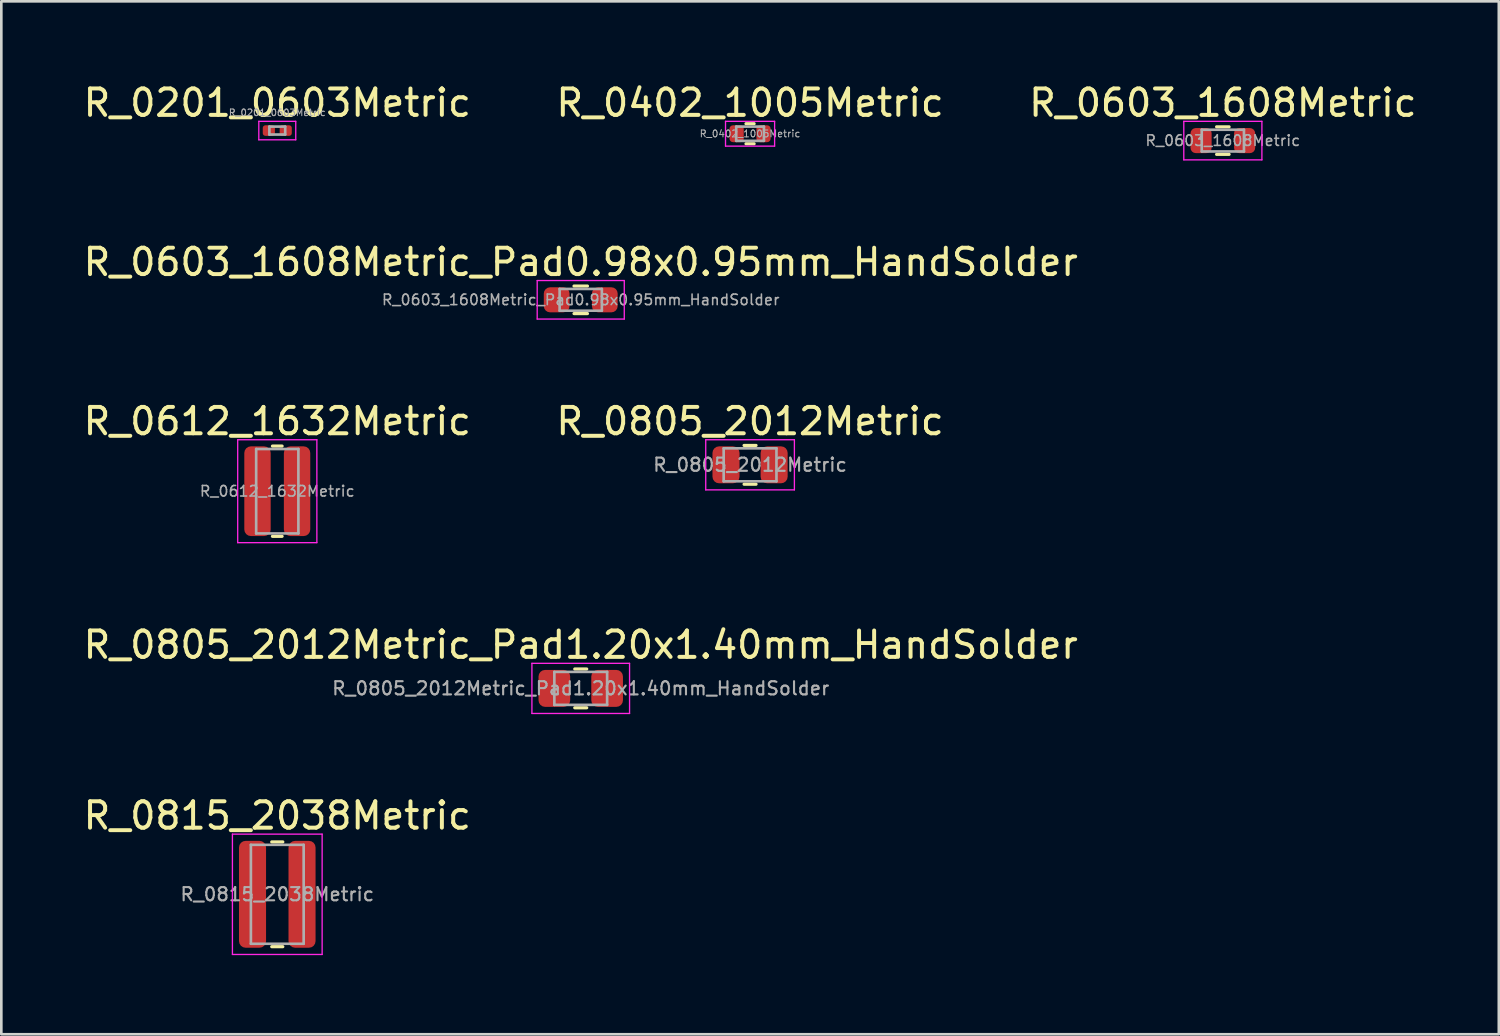
<source format=kicad_pcb>
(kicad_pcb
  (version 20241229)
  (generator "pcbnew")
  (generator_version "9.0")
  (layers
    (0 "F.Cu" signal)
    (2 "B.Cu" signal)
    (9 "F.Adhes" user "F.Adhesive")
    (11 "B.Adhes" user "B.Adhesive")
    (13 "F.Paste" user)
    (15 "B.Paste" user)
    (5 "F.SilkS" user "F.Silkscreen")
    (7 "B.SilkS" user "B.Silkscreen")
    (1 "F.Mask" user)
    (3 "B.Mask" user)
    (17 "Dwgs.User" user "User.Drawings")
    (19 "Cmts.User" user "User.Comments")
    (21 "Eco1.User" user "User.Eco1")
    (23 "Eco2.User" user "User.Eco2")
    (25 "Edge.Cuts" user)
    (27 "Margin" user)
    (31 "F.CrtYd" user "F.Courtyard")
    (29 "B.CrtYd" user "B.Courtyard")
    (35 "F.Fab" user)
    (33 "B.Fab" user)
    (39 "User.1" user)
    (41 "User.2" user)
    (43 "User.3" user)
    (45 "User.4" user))
  (footprint "R_0805_2012Metric"
    (layer "F.Cu")
    (at 25.375 14.565)
    (property "Reference" "R_0805_2012Metric" (at 0 -1.65 0) (layer "F.SilkS") (effects (font (size 1 1) (thickness 0.15))))
    (attr smd)
    (fp_line (start -0.227 -0.735) (end 0.227 -0.735) (stroke (width 0.12) (type solid)) (layer "F.SilkS"))
    (fp_line (start -0.227 0.735) (end 0.227 0.735) (stroke (width 0.12) (type solid)) (layer "F.SilkS"))
    (fp_line (start -1.68 -0.95) (end 1.68 -0.95) (stroke (width 0.05) (type solid)) (layer "F.CrtYd"))
    (fp_line (start -1.68 0.95) (end -1.68 -0.95) (stroke (width 0.05) (type solid)) (layer "F.CrtYd"))
    (fp_line (start 1.68 -0.95) (end 1.68 0.95) (stroke (width 0.05) (type solid)) (layer "F.CrtYd"))
    (fp_line (start 1.68 0.95) (end -1.68 0.95) (stroke (width 0.05) (type solid)) (layer "F.CrtYd"))
    (fp_line (start -1 -0.625) (end 1 -0.625) (stroke (width 0.1) (type solid)) (layer "F.Fab"))
    (fp_line (start -1 0.625) (end -1 -0.625) (stroke (width 0.1) (type solid)) (layer "F.Fab"))
    (fp_line (start 1 -0.625) (end 1 0.625) (stroke (width 0.1) (type solid)) (layer "F.Fab"))
    (fp_line (start 1 0.625) (end -1 0.625) (stroke (width 0.1) (type solid)) (layer "F.Fab"))
    (fp_text user "${REFERENCE}" (at 0 0 0) (layer "F.Fab") (effects (font (size 0.5 0.5) (thickness 0.08))))
    (pad "1" smd roundrect (at -0.912 0) (size 1.025 1.4) (layers "F.Cu" "F.Mask" "F.Paste") (roundrect_rratio 0.244))
    (pad "2" smd roundrect (at 0.912 0) (size 1.025 1.4) (layers "F.Cu" "F.Mask" "F.Paste") (roundrect_rratio 0.244)))
  (footprint "R_0603_1608Metric_Pad0.98x0.95mm_HandSolder"
    (layer "F.Cu")
    (at 18.958 8.312)
    (property "Reference" "R_0603_1608Metric_Pad0.98x0.95mm_HandSolder" (at 0 -1.43 0) (layer "F.SilkS") (effects (font (size 1 1) (thickness 0.15))))
    (attr smd)
    (fp_line (start -0.255 -0.522) (end 0.255 -0.522) (stroke (width 0.12) (type solid)) (layer "F.SilkS"))
    (fp_line (start -0.255 0.522) (end 0.255 0.522) (stroke (width 0.12) (type solid)) (layer "F.SilkS"))
    (fp_line (start -1.65 -0.73) (end 1.65 -0.73) (stroke (width 0.05) (type solid)) (layer "F.CrtYd"))
    (fp_line (start -1.65 0.73) (end -1.65 -0.73) (stroke (width 0.05) (type solid)) (layer "F.CrtYd"))
    (fp_line (start 1.65 -0.73) (end 1.65 0.73) (stroke (width 0.05) (type solid)) (layer "F.CrtYd"))
    (fp_line (start 1.65 0.73) (end -1.65 0.73) (stroke (width 0.05) (type solid)) (layer "F.CrtYd"))
    (fp_line (start -0.8 -0.412) (end 0.8 -0.412) (stroke (width 0.1) (type solid)) (layer "F.Fab"))
    (fp_line (start -0.8 0.412) (end -0.8 -0.412) (stroke (width 0.1) (type solid)) (layer "F.Fab"))
    (fp_line (start 0.8 -0.412) (end 0.8 0.412) (stroke (width 0.1) (type solid)) (layer "F.Fab"))
    (fp_line (start 0.8 0.412) (end -0.8 0.412) (stroke (width 0.1) (type solid)) (layer "F.Fab"))
    (fp_text user "${REFERENCE}" (at 0 0 0) (layer "F.Fab") (effects (font (size 0.4 0.4) (thickness 0.06))))
    (pad "1" smd roundrect (at -0.912 0) (size 0.975 0.95) (layers "F.Cu" "F.Mask" "F.Paste") (roundrect_rratio 0.25))
    (pad "2" smd roundrect (at 0.912 0) (size 0.975 0.95) (layers "F.Cu" "F.Mask" "F.Paste") (roundrect_rratio 0.25)))
  (footprint "R_0603_1608Metric"
    (layer "F.Cu")
    (at 43.292 2.278)
    (property "Reference" "R_0603_1608Metric" (at 0 -1.43 0) (layer "F.SilkS") (effects (font (size 1 1) (thickness 0.15))))
    (attr smd)
    (fp_line (start -0.237 -0.522) (end 0.237 -0.522) (stroke (width 0.12) (type solid)) (layer "F.SilkS"))
    (fp_line (start -0.237 0.522) (end 0.237 0.522) (stroke (width 0.12) (type solid)) (layer "F.SilkS"))
    (fp_line (start -1.48 -0.73) (end 1.48 -0.73) (stroke (width 0.05) (type solid)) (layer "F.CrtYd"))
    (fp_line (start -1.48 0.73) (end -1.48 -0.73) (stroke (width 0.05) (type solid)) (layer "F.CrtYd"))
    (fp_line (start 1.48 -0.73) (end 1.48 0.73) (stroke (width 0.05) (type solid)) (layer "F.CrtYd"))
    (fp_line (start 1.48 0.73) (end -1.48 0.73) (stroke (width 0.05) (type solid)) (layer "F.CrtYd"))
    (fp_line (start -0.8 -0.412) (end 0.8 -0.412) (stroke (width 0.1) (type solid)) (layer "F.Fab"))
    (fp_line (start -0.8 0.412) (end -0.8 -0.412) (stroke (width 0.1) (type solid)) (layer "F.Fab"))
    (fp_line (start 0.8 -0.412) (end 0.8 0.412) (stroke (width 0.1) (type solid)) (layer "F.Fab"))
    (fp_line (start 0.8 0.412) (end -0.8 0.412) (stroke (width 0.1) (type solid)) (layer "F.Fab"))
    (fp_text user "${REFERENCE}" (at 0 0 0) (layer "F.Fab") (effects (font (size 0.4 0.4) (thickness 0.06))))
    (pad "1" smd roundrect (at -0.825 0) (size 0.8 0.95) (layers "F.Cu" "F.Mask" "F.Paste") (roundrect_rratio 0.25))
    (pad "2" smd roundrect (at 0.825 0) (size 0.8 0.95) (layers "F.Cu" "F.Mask" "F.Paste") (roundrect_rratio 0.25)))
  (footprint "R_0201_0603Metric"
    (layer "F.Cu")
    (at 7.458 1.898)
    (property "Reference" "R_0201_0603Metric" (at 0 -1.05 0) (layer "F.SilkS") (effects (font (size 1 1) (thickness 0.15))))
    (attr smd)
    (fp_line (start -0.7 -0.35) (end 0.7 -0.35) (stroke (width 0.05) (type solid)) (layer "F.CrtYd"))
    (fp_line (start -0.7 0.35) (end -0.7 -0.35) (stroke (width 0.05) (type solid)) (layer "F.CrtYd"))
    (fp_line (start 0.7 -0.35) (end 0.7 0.35) (stroke (width 0.05) (type solid)) (layer "F.CrtYd"))
    (fp_line (start 0.7 0.35) (end -0.7 0.35) (stroke (width 0.05) (type solid)) (layer "F.CrtYd"))
    (fp_line (start -0.3 -0.15) (end 0.3 -0.15) (stroke (width 0.1) (type solid)) (layer "F.Fab"))
    (fp_line (start -0.3 0.15) (end -0.3 -0.15) (stroke (width 0.1) (type solid)) (layer "F.Fab"))
    (fp_line (start 0.3 -0.15) (end 0.3 0.15) (stroke (width 0.1) (type solid)) (layer "F.Fab"))
    (fp_line (start 0.3 0.15) (end -0.3 0.15) (stroke (width 0.1) (type solid)) (layer "F.Fab"))
    (fp_text user "${REFERENCE}" (at 0 -0.68 0) (layer "F.Fab") (effects (font (size 0.25 0.25) (thickness 0.04))))
    (pad "" smd roundrect (at -0.345 0) (size 0.318 0.36) (layers "F.Paste") (roundrect_rratio 0.25))
    (pad "" smd roundrect (at 0.345 0) (size 0.318 0.36) (layers "F.Paste") (roundrect_rratio 0.25))
    (pad "1" smd roundrect (at -0.32 0) (size 0.46 0.4) (layers "F.Cu" "F.Mask") (roundrect_rratio 0.25))
    (pad "2" smd roundrect (at 0.32 0) (size 0.46 0.4) (layers "F.Cu" "F.Mask") (roundrect_rratio 0.25)))
  (footprint "R_0402_1005Metric"
    (layer "F.Cu")
    (at 25.375 2.018)
    (property "Reference" "R_0402_1005Metric" (at 0 -1.17 0) (layer "F.SilkS") (effects (font (size 1 1) (thickness 0.15))))
    (attr smd)
    (fp_line (start -0.154 -0.38) (end 0.154 -0.38) (stroke (width 0.12) (type solid)) (layer "F.SilkS"))
    (fp_line (start -0.154 0.38) (end 0.154 0.38) (stroke (width 0.12) (type solid)) (layer "F.SilkS"))
    (fp_line (start -0.93 -0.47) (end 0.93 -0.47) (stroke (width 0.05) (type solid)) (layer "F.CrtYd"))
    (fp_line (start -0.93 0.47) (end -0.93 -0.47) (stroke (width 0.05) (type solid)) (layer "F.CrtYd"))
    (fp_line (start 0.93 -0.47) (end 0.93 0.47) (stroke (width 0.05) (type solid)) (layer "F.CrtYd"))
    (fp_line (start 0.93 0.47) (end -0.93 0.47) (stroke (width 0.05) (type solid)) (layer "F.CrtYd"))
    (fp_line (start -0.525 -0.27) (end 0.525 -0.27) (stroke (width 0.1) (type solid)) (layer "F.Fab"))
    (fp_line (start -0.525 0.27) (end -0.525 -0.27) (stroke (width 0.1) (type solid)) (layer "F.Fab"))
    (fp_line (start 0.525 -0.27) (end 0.525 0.27) (stroke (width 0.1) (type solid)) (layer "F.Fab"))
    (fp_line (start 0.525 0.27) (end -0.525 0.27) (stroke (width 0.1) (type solid)) (layer "F.Fab"))
    (fp_text user "${REFERENCE}" (at 0 0 0) (layer "F.Fab") (effects (font (size 0.26 0.26) (thickness 0.04))))
    (pad "1" smd roundrect (at -0.51 0) (size 0.54 0.64) (layers "F.Cu" "F.Mask" "F.Paste") (roundrect_rratio 0.25))
    (pad "2" smd roundrect (at 0.51 0) (size 0.54 0.64) (layers "F.Cu" "F.Mask" "F.Paste") (roundrect_rratio 0.25)))
  (footprint "R_0805_2012Metric_Pad1.20x1.40mm_HandSolder"
    (layer "F.Cu")
    (at 18.958 23.038)
    (property "Reference" "R_0805_2012Metric_Pad1.20x1.40mm_HandSolder" (at 0 -1.65 0) (layer "F.SilkS") (effects (font (size 1 1) (thickness 0.15))))
    (attr smd)
    (fp_line (start -0.227 -0.735) (end 0.227 -0.735) (stroke (width 0.12) (type solid)) (layer "F.SilkS"))
    (fp_line (start -0.227 0.735) (end 0.227 0.735) (stroke (width 0.12) (type solid)) (layer "F.SilkS"))
    (fp_line (start -1.85 -0.95) (end 1.85 -0.95) (stroke (width 0.05) (type solid)) (layer "F.CrtYd"))
    (fp_line (start -1.85 0.95) (end -1.85 -0.95) (stroke (width 0.05) (type solid)) (layer "F.CrtYd"))
    (fp_line (start 1.85 -0.95) (end 1.85 0.95) (stroke (width 0.05) (type solid)) (layer "F.CrtYd"))
    (fp_line (start 1.85 0.95) (end -1.85 0.95) (stroke (width 0.05) (type solid)) (layer "F.CrtYd"))
    (fp_line (start -1 -0.625) (end 1 -0.625) (stroke (width 0.1) (type solid)) (layer "F.Fab"))
    (fp_line (start -1 0.625) (end -1 -0.625) (stroke (width 0.1) (type solid)) (layer "F.Fab"))
    (fp_line (start 1 -0.625) (end 1 0.625) (stroke (width 0.1) (type solid)) (layer "F.Fab"))
    (fp_line (start 1 0.625) (end -1 0.625) (stroke (width 0.1) (type solid)) (layer "F.Fab"))
    (fp_text user "${REFERENCE}" (at 0 0 0) (layer "F.Fab") (effects (font (size 0.5 0.5) (thickness 0.08))))
    (pad "1" smd roundrect (at -1 0) (size 1.2 1.4) (layers "F.Cu" "F.Mask" "F.Paste") (roundrect_rratio 0.208))
    (pad "2" smd roundrect (at 1 0) (size 1.2 1.4) (layers "F.Cu" "F.Mask" "F.Paste") (roundrect_rratio 0.208)))
  (footprint "R_0612_1632Metric"
    (layer "F.Cu")
    (at 7.458 15.565)
    (property "Reference" "R_0612_1632Metric" (at 0 -2.65 0) (layer "F.SilkS") (effects (font (size 1 1) (thickness 0.15))))
    (attr smd)
    (fp_line (start -0.183 -1.71) (end 0.183 -1.71) (stroke (width 0.12) (type solid)) (layer "F.SilkS"))
    (fp_line (start -0.183 1.71) (end 0.183 1.71) (stroke (width 0.12) (type solid)) (layer "F.SilkS"))
    (fp_line (start -1.5 -1.95) (end 1.5 -1.95) (stroke (width 0.05) (type solid)) (layer "F.CrtYd"))
    (fp_line (start -1.5 1.95) (end -1.5 -1.95) (stroke (width 0.05) (type solid)) (layer "F.CrtYd"))
    (fp_line (start 1.5 -1.95) (end 1.5 1.95) (stroke (width 0.05) (type solid)) (layer "F.CrtYd"))
    (fp_line (start 1.5 1.95) (end -1.5 1.95) (stroke (width 0.05) (type solid)) (layer "F.CrtYd"))
    (fp_line (start -0.8 -1.6) (end 0.8 -1.6) (stroke (width 0.1) (type solid)) (layer "F.Fab"))
    (fp_line (start -0.8 1.6) (end -0.8 -1.6) (stroke (width 0.1) (type solid)) (layer "F.Fab"))
    (fp_line (start 0.8 -1.6) (end 0.8 1.6) (stroke (width 0.1) (type solid)) (layer "F.Fab"))
    (fp_line (start 0.8 1.6) (end -0.8 1.6) (stroke (width 0.1) (type solid)) (layer "F.Fab"))
    (fp_text user "${REFERENCE}" (at 0 0 0) (layer "F.Fab") (effects (font (size 0.4 0.4) (thickness 0.06))))
    (pad "1" smd roundrect (at -0.75 0) (size 1 3.4) (layers "F.Cu" "F.Mask" "F.Paste") (roundrect_rratio 0.25))
    (pad "2" smd roundrect (at 0.75 0) (size 1 3.4) (layers "F.Cu" "F.Mask" "F.Paste") (roundrect_rratio 0.25)))
  (footprint "R_0815_2038Metric"
    (layer "F.Cu")
    (at 7.458 30.841)
    (property "Reference" "R_0815_2038Metric" (at 0 -2.98 0) (layer "F.SilkS") (effects (font (size 1 1) (thickness 0.15))))
    (attr smd)
    (fp_line (start -0.21 -1.985) (end 0.21 -1.985) (stroke (width 0.12) (type solid)) (layer "F.SilkS"))
    (fp_line (start -0.21 1.985) (end 0.21 1.985) (stroke (width 0.12) (type solid)) (layer "F.SilkS"))
    (fp_line (start -1.7 -2.28) (end 1.7 -2.28) (stroke (width 0.05) (type solid)) (layer "F.CrtYd"))
    (fp_line (start -1.7 2.28) (end -1.7 -2.28) (stroke (width 0.05) (type solid)) (layer "F.CrtYd"))
    (fp_line (start 1.7 -2.28) (end 1.7 2.28) (stroke (width 0.05) (type solid)) (layer "F.CrtYd"))
    (fp_line (start 1.7 2.28) (end -1.7 2.28) (stroke (width 0.05) (type solid)) (layer "F.CrtYd"))
    (fp_line (start -1 -1.875) (end 1 -1.875) (stroke (width 0.1) (type solid)) (layer "F.Fab"))
    (fp_line (start -1 1.875) (end -1 -1.875) (stroke (width 0.1) (type solid)) (layer "F.Fab"))
    (fp_line (start 1 -1.875) (end 1 1.875) (stroke (width 0.1) (type solid)) (layer "F.Fab"))
    (fp_line (start 1 1.875) (end -1 1.875) (stroke (width 0.1) (type solid)) (layer "F.Fab"))
    (fp_text user "${REFERENCE}" (at 0 0 0) (layer "F.Fab") (effects (font (size 0.5 0.5) (thickness 0.08))))
    (pad "1" smd roundrect (at -0.938 0) (size 1.025 4.05) (layers "F.Cu" "F.Mask" "F.Paste") (roundrect_rratio 0.244))
    (pad "2" smd roundrect (at 0.938 0) (size 1.025 4.05) (layers "F.Cu" "F.Mask" "F.Paste") (roundrect_rratio 0.244)))
  (gr_rect
    (start -3 -3)
    (end 53.75 36.146)
    (stroke (width 0.1) (type default))
    (fill no)
    (layer "Edge.Cuts")))
</source>
